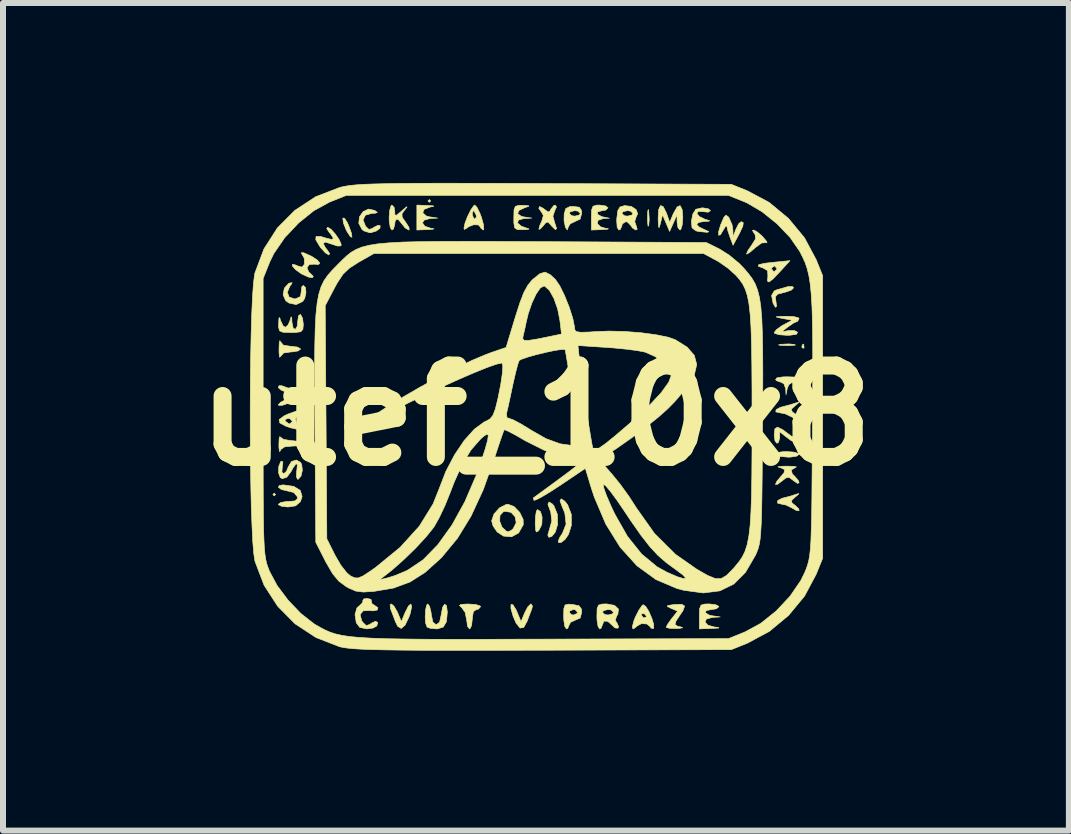
<source format=kicad_pcb>
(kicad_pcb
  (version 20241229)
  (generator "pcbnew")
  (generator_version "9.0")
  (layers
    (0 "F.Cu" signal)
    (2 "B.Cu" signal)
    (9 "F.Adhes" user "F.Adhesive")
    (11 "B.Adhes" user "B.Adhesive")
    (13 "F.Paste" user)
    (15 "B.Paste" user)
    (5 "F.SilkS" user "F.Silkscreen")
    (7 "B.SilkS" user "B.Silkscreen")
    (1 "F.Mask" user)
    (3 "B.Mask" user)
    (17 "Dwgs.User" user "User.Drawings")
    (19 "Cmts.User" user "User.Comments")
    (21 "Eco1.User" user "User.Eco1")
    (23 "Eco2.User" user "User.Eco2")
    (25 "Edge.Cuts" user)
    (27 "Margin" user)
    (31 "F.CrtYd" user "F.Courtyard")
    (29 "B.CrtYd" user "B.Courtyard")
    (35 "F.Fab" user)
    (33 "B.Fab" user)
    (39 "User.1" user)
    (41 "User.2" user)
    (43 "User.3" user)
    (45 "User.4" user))
  (footprint "utef_10x8"
    (layer "F.Cu")
    (at 5.886 3.879)
    (property "Reference" "utef_10x8" (at 0 0 0) (layer "F.SilkS") (effects (font (size 1.524 1.524) (thickness 0.3))))
    (attr through_hole)
    (fp_poly (pts (xy -4.341 1.316) (xy -4.364 1.339) (xy -4.387 1.316) (xy -4.364 1.293) (xy -4.341 1.316)) (stroke (width 0.01) (type solid)) (fill yes) (layer "F.SilkS"))
    (fp_poly (pts (xy -1.755 -3.579) (xy -1.778 -3.556) (xy -1.801 -3.579) (xy -1.778 -3.602) (xy -1.755 -3.579)) (stroke (width 0.01) (type solid)) (fill yes) (layer "F.SilkS"))
    (fp_poly (pts (xy 4.464 -1.185) (xy 4.47 -1.131) (xy 4.464 -1.124) (xy 4.437 -1.13) (xy 4.433 -1.155) (xy 4.45 -1.193) (xy 4.464 -1.185)) (stroke (width 0.01) (type solid)) (fill yes) (layer "F.SilkS"))
    (fp_poly (pts (xy 1.88 -3.405) (xy 1.888 -3.269) (xy 1.88 -3.174) (xy 1.869 -3.156) (xy 1.862 -3.216) (xy 1.86 -3.302) (xy 1.864 -3.407) (xy 1.872 -3.437) (xy 1.88 -3.405)) (stroke (width 0.01) (type solid)) (fill yes) (layer "F.SilkS"))
    (fp_poly (pts (xy 4.307 -1.187) (xy 4.326 -1.176) (xy 4.265 -1.169) (xy 4.179 -1.168) (xy 4.075 -1.171) (xy 4.044 -1.179) (xy 4.076 -1.188) (xy 4.213 -1.195) (xy 4.307 -1.187)) (stroke (width 0.01) (type solid)) (fill yes) (layer "F.SilkS"))
    (fp_poly (pts (xy -3.192 -3.29) (xy -3.146 -3.218) (xy -3.123 -3.168) (xy -3.076 -3.039) (xy -3.068 -2.974) (xy -3.094 -2.982) (xy -3.151 -3.07) (xy -3.163 -3.093) (xy -3.208 -3.205) (xy -3.221 -3.287) (xy -3.219 -3.294) (xy -3.192 -3.29)) (stroke (width 0.01) (type solid)) (fill yes) (layer "F.SilkS"))
    (fp_poly (pts (xy 0.075 1.601) (xy 0.102 1.691) (xy 0.098 1.801) (xy 0.088 1.836) (xy 0.045 1.919) (xy 0.008 1.94) (xy -0.004 1.917) (xy -0.013 1.802) (xy -0.008 1.682) (xy 0.007 1.593) (xy 0.025 1.567) (xy 0.075 1.601)) (stroke (width 0.01) (type solid)) (fill yes) (layer "F.SilkS"))
    (fp_poly (pts (xy 4.302 0.609) (xy 4.377 0.632) (xy 4.387 0.647) (xy 4.346 0.676) (xy 4.244 0.692) (xy 4.205 0.693) (xy 4.082 0.682) (xy 4.003 0.655) (xy 3.995 0.647) (xy 4.017 0.617) (xy 4.117 0.602) (xy 4.177 0.6) (xy 4.302 0.609)) (stroke (width 0.01) (type solid)) (fill yes) (layer "F.SilkS"))
    (fp_poly (pts (xy 0.275 1.475) (xy 0.299 1.504) (xy 0.357 1.646) (xy 0.361 1.815) (xy 0.322 1.943) (xy 0.265 2.013) (xy 0.215 2.03) (xy 0.197 1.992) (xy 0.209 1.951) (xy 0.264 1.757) (xy 0.246 1.604) (xy 0.232 1.571) (xy 0.199 1.477) (xy 0.218 1.44) (xy 0.275 1.475)) (stroke (width 0.01) (type solid)) (fill yes) (layer "F.SilkS"))
    (fp_poly (pts (xy 0.479 1.426) (xy 0.528 1.488) (xy 0.589 1.646) (xy 0.589 1.834) (xy 0.542 1.982) (xy 0.484 2.065) (xy 0.421 2.115) (xy 0.378 2.118) (xy 0.371 2.094) (xy 0.397 2.03) (xy 0.44 1.965) (xy 0.502 1.81) (xy 0.481 1.625) (xy 0.438 1.522) (xy 0.401 1.421) (xy 0.42 1.388) (xy 0.479 1.426)) (stroke (width 0.01) (type solid)) (fill yes) (layer "F.SilkS"))
    (fp_poly (pts (xy 4.295 -2.13) (xy 4.255 -2.091) (xy 4.155 -2.057) (xy 4.134 -2.052) (xy 4.027 -2.024) (xy 3.991 -1.98) (xy 4 -1.911) (xy 4.012 -1.822) (xy 3.992 -1.806) (xy 3.955 -1.871) (xy 3.953 -1.874) (xy 3.928 -2.003) (xy 3.973 -2.079) (xy 4.018 -2.098) (xy 4.145 -2.134) (xy 4.203 -2.151) (xy 4.276 -2.153) (xy 4.295 -2.13)) (stroke (width 0.01) (type solid)) (fill yes) (layer "F.SilkS"))
    (fp_poly (pts (xy -4.264 0.358) (xy -4.207 0.397) (xy -4.098 0.415) (xy -4.086 0.416) (xy -3.972 0.428) (xy -3.905 0.459) (xy -3.902 0.462) (xy -3.923 0.492) (xy -4.02 0.507) (xy -4.058 0.508) (xy -4.19 0.521) (xy -4.253 0.564) (xy -4.263 0.589) (xy -4.276 0.6) (xy -4.285 0.534) (xy -4.286 0.485) (xy -4.282 0.384) (xy -4.27 0.349) (xy -4.264 0.358)) (stroke (width 0.01) (type solid)) (fill yes) (layer "F.SilkS"))
    (fp_poly (pts (xy -4.263 -1.235) (xy -4.211 -1.174) (xy -4.09 -1.155) (xy -4.084 -1.155) (xy -3.978 -1.143) (xy -3.927 -1.114) (xy -3.925 -1.108) (xy -3.966 -1.078) (xy -4.065 -1.062) (xy -4.084 -1.062) (xy -4.208 -1.044) (xy -4.262 -0.984) (xy -4.263 -0.981) (xy -4.275 -0.973) (xy -4.283 -1.041) (xy -4.284 -1.108) (xy -4.28 -1.213) (xy -4.27 -1.25) (xy -4.263 -1.235)) (stroke (width 0.01) (type solid)) (fill yes) (layer "F.SilkS"))
    (fp_poly (pts (xy -2.366 3.179) (xy -2.312 3.273) (xy -2.305 3.288) (xy -2.244 3.435) (xy -2.184 3.288) (xy -2.125 3.173) (xy -2.085 3.142) (xy -2.073 3.188) (xy -2.097 3.302) (xy -2.113 3.348) (xy -2.183 3.494) (xy -2.247 3.549) (xy -2.307 3.511) (xy -2.346 3.429) (xy -2.392 3.306) (xy -2.425 3.221) (xy -2.432 3.155) (xy -2.412 3.14) (xy -2.366 3.179)) (stroke (width 0.01) (type solid)) (fill yes) (layer "F.SilkS"))
    (fp_poly (pts (xy -0.059 3.175) (xy -0.069 3.221) (xy -0.109 3.326) (xy -0.148 3.429) (xy -0.204 3.532) (xy -0.265 3.542) (xy -0.331 3.461) (xy -0.38 3.348) (xy -0.418 3.215) (xy -0.416 3.148) (xy -0.383 3.155) (xy -0.329 3.244) (xy -0.31 3.288) (xy -0.249 3.435) (xy -0.188 3.288) (xy -0.136 3.189) (xy -0.087 3.141) (xy -0.082 3.14) (xy -0.059 3.175)) (stroke (width 0.01) (type solid)) (fill yes) (layer "F.SilkS"))
    (fp_poly (pts (xy 4.372 -0.208) (xy 4.321 -0.165) (xy 4.259 -0.108) (xy 4.269 -0.067) (xy 4.321 -0.027) (xy 4.379 0.032) (xy 4.384 0.065) (xy 4.332 0.061) (xy 4.268 0.024) (xy 4.152 -0.031) (xy 4.073 -0.045) (xy 3.999 -0.062) (xy 4.003 -0.099) (xy 4.075 -0.138) (xy 4.121 -0.15) (xy 4.25 -0.184) (xy 4.318 -0.206) (xy 4.382 -0.226) (xy 4.372 -0.208)) (stroke (width 0.01) (type solid)) (fill yes) (layer "F.SilkS"))
    (fp_poly (pts (xy 4.372 1.316) (xy 4.321 1.359) (xy 4.259 1.416) (xy 4.269 1.457) (xy 4.321 1.497) (xy 4.381 1.555) (xy 4.387 1.586) (xy 4.337 1.58) (xy 4.274 1.543) (xy 4.169 1.491) (xy 4.101 1.478) (xy 4.028 1.459) (xy 4.03 1.418) (xy 4.103 1.378) (xy 4.122 1.374) (xy 4.251 1.34) (xy 4.318 1.318) (xy 4.382 1.298) (xy 4.372 1.316)) (stroke (width 0.01) (type solid)) (fill yes) (layer "F.SilkS"))
    (fp_poly (pts (xy -1.813 -3.503) (xy -1.714 -3.497) (xy -1.704 -3.489) (xy -1.766 -3.477) (xy -1.867 -3.437) (xy -1.887 -3.379) (xy -1.826 -3.327) (xy -1.766 -3.312) (xy -1.639 -3.293) (xy -1.766 -3.286) (xy -1.864 -3.259) (xy -1.893 -3.213) (xy -1.853 -3.158) (xy -1.766 -3.127) (xy -1.701 -3.115) (xy -1.72 -3.107) (xy -1.813 -3.101) (xy -1.986 -3.094) (xy -1.986 -3.51) (xy -1.813 -3.503)) (stroke (width 0.01) (type solid)) (fill yes) (layer "F.SilkS"))
    (fp_poly (pts (xy -4.235 -0.497) (xy -4.132 -0.459) (xy -4.041 -0.42) (xy -3.93 -0.368) (xy -3.894 -0.335) (xy -3.922 -0.304) (xy -3.957 -0.285) (xy -4.106 -0.214) (xy -4.223 -0.173) (xy -4.288 -0.17) (xy -4.295 -0.181) (xy -4.256 -0.223) (xy -4.161 -0.272) (xy -4.145 -0.278) (xy -3.995 -0.335) (xy -4.145 -0.382) (xy -4.246 -0.424) (xy -4.294 -0.464) (xy -4.295 -0.468) (xy -4.283 -0.499) (xy -4.235 -0.497)) (stroke (width 0.01) (type solid)) (fill yes) (layer "F.SilkS"))
    (fp_poly (pts (xy -1 3.151) (xy -0.931 3.174) (xy -0.924 3.187) (xy -0.961 3.228) (xy -0.993 3.233) (xy -1.044 3.268) (xy -1.062 3.38) (xy -1.062 3.394) (xy -1.074 3.501) (xy -1.102 3.555) (xy -1.108 3.556) (xy -1.14 3.516) (xy -1.154 3.418) (xy -1.155 3.411) (xy -1.181 3.281) (xy -1.235 3.205) (xy -1.275 3.167) (xy -1.252 3.148) (xy -1.153 3.142) (xy -1.12 3.142) (xy -1 3.151)) (stroke (width 0.01) (type solid)) (fill yes) (layer "F.SilkS"))
    (fp_poly (pts (xy 3.689 -3.062) (xy 3.766 -2.997) (xy 3.79 -2.971) (xy 3.847 -2.902) (xy 3.851 -2.879) (xy 3.841 -2.884) (xy 3.763 -2.878) (xy 3.653 -2.798) (xy 3.645 -2.79) (xy 3.562 -2.719) (xy 3.514 -2.692) (xy 3.51 -2.697) (xy 3.536 -2.755) (xy 3.599 -2.846) (xy 3.602 -2.851) (xy 3.662 -2.948) (xy 3.654 -3.016) (xy 3.643 -3.031) (xy 3.609 -3.087) (xy 3.631 -3.094) (xy 3.689 -3.062)) (stroke (width 0.01) (type solid)) (fill yes) (layer "F.SilkS"))
    (fp_poly (pts (xy 4.305 -0.643) (xy 4.366 -0.621) (xy 4.382 -0.563) (xy 4.381 -0.496) (xy 4.374 -0.412) (xy 4.362 -0.416) (xy 4.355 -0.45) (xy 4.315 -0.531) (xy 4.272 -0.554) (xy 4.215 -0.515) (xy 4.189 -0.45) (xy 4.169 -0.346) (xy 4.163 -0.45) (xy 4.133 -0.531) (xy 4.09 -0.554) (xy 4.011 -0.582) (xy 3.995 -0.6) (xy 4.017 -0.63) (xy 4.117 -0.645) (xy 4.177 -0.647) (xy 4.305 -0.643)) (stroke (width 0.01) (type solid)) (fill yes) (layer "F.SilkS"))
    (fp_poly (pts (xy -4.038 1.18) (xy -3.93 1.247) (xy -3.899 1.348) (xy -3.927 1.435) (xy -4.009 1.505) (xy -4.135 1.524) (xy -4.241 1.512) (xy -4.294 1.484) (xy -4.295 1.478) (xy -4.254 1.448) (xy -4.154 1.432) (xy -4.13 1.432) (xy -4.019 1.423) (xy -3.979 1.388) (xy -3.98 1.351) (xy -4.038 1.282) (xy -4.145 1.256) (xy -4.245 1.232) (xy -4.294 1.196) (xy -4.279 1.165) (xy -4.214 1.155) (xy -4.038 1.18)) (stroke (width 0.01) (type solid)) (fill yes) (layer "F.SilkS"))
    (fp_poly (pts (xy -4.088 -2.175) (xy -4.104 -2.156) (xy -4.146 -2.056) (xy -4.116 -1.977) (xy -4.028 -1.946) (xy -4.006 -1.948) (xy -3.926 -1.985) (xy -3.913 -2.067) (xy -3.905 -2.147) (xy -3.879 -2.171) (xy -3.842 -2.134) (xy -3.835 -2.048) (xy -3.856 -1.954) (xy -3.889 -1.903) (xy -3.998 -1.851) (xy -4.119 -1.877) (xy -4.174 -1.918) (xy -4.216 -2.015) (xy -4.195 -2.125) (xy -4.124 -2.203) (xy -4.106 -2.21) (xy -4.065 -2.216) (xy -4.088 -2.175)) (stroke (width 0.01) (type solid)) (fill yes) (layer "F.SilkS"))
    (fp_poly (pts (xy -2.689 -3.421) (xy -2.644 -3.387) (xy -2.678 -3.374) (xy -2.731 -3.373) (xy -2.844 -3.342) (xy -2.883 -3.263) (xy -2.842 -3.158) (xy -2.784 -3.102) (xy -2.723 -3.123) (xy -2.706 -3.137) (xy -2.632 -3.174) (xy -2.598 -3.168) (xy -2.601 -3.123) (xy -2.663 -3.077) (xy -2.752 -3.05) (xy -2.773 -3.049) (xy -2.868 -3.079) (xy -2.9 -3.103) (xy -2.954 -3.206) (xy -2.943 -3.313) (xy -2.883 -3.4) (xy -2.792 -3.443) (xy -2.689 -3.421)) (stroke (width 0.01) (type solid)) (fill yes) (layer "F.SilkS"))
    (fp_poly (pts (xy 4.115 0.236) (xy 4.169 0.277) (xy 4.268 0.349) (xy 4.32 0.359) (xy 4.346 0.306) (xy 4.355 0.266) (xy 4.369 0.218) (xy 4.378 0.258) (xy 4.381 0.312) (xy 4.375 0.421) (xy 4.336 0.455) (xy 4.252 0.415) (xy 4.186 0.366) (xy 4.064 0.27) (xy 4.064 0.366) (xy 4.045 0.443) (xy 4.018 0.462) (xy 3.985 0.422) (xy 3.972 0.325) (xy 3.972 0.323) (xy 3.983 0.22) (xy 4.027 0.192) (xy 4.115 0.236)) (stroke (width 0.01) (type solid)) (fill yes) (layer "F.SilkS"))
    (fp_poly (pts (xy 2.478 3.175) (xy 2.451 3.252) (xy 2.406 3.318) (xy 2.334 3.426) (xy 2.318 3.483) (xy 2.359 3.511) (xy 2.413 3.523) (xy 2.447 3.537) (xy 2.393 3.547) (xy 2.344 3.55) (xy 2.232 3.547) (xy 2.173 3.533) (xy 2.171 3.529) (xy 2.196 3.477) (xy 2.259 3.389) (xy 2.266 3.381) (xy 2.361 3.26) (xy 2.254 3.214) (xy 2.189 3.182) (xy 2.199 3.166) (xy 2.292 3.152) (xy 2.302 3.151) (xy 2.431 3.146) (xy 2.478 3.175)) (stroke (width 0.01) (type solid)) (fill yes) (layer "F.SilkS"))
    (fp_poly (pts (xy -1.773 3.181) (xy -1.749 3.282) (xy -1.746 3.314) (xy -1.719 3.443) (xy -1.664 3.487) (xy -1.663 3.487) (xy -1.607 3.445) (xy -1.579 3.317) (xy -1.579 3.314) (xy -1.556 3.194) (xy -1.522 3.144) (xy -1.491 3.17) (xy -1.478 3.275) (xy -1.493 3.437) (xy -1.546 3.526) (xy -1.645 3.556) (xy -1.66 3.556) (xy -1.764 3.546) (xy -1.816 3.525) (xy -1.839 3.462) (xy -1.847 3.355) (xy -1.841 3.243) (xy -1.823 3.161) (xy -1.804 3.14) (xy -1.773 3.181)) (stroke (width 0.01) (type solid)) (fill yes) (layer "F.SilkS"))
    (fp_poly (pts (xy -0.219 -3.505) (xy -0.126 -3.5) (xy -0.118 -3.489) (xy -0.181 -3.469) (xy -0.284 -3.421) (xy -0.305 -3.366) (xy -0.244 -3.322) (xy -0.199 -3.312) (xy -0.069 -3.293) (xy -0.2 -3.286) (xy -0.293 -3.26) (xy -0.307 -3.211) (xy -0.244 -3.158) (xy -0.181 -3.135) (xy -0.116 -3.113) (xy -0.131 -3.103) (xy -0.219 -3.099) (xy -0.312 -3.101) (xy -0.355 -3.131) (xy -0.369 -3.214) (xy -0.369 -3.302) (xy -0.366 -3.43) (xy -0.343 -3.489) (xy -0.283 -3.506) (xy -0.219 -3.505)) (stroke (width 0.01) (type solid)) (fill yes) (layer "F.SilkS"))
    (fp_poly (pts (xy 1.159 -3.496) (xy 1.201 -3.464) (xy 1.201 -3.464) (xy 1.162 -3.426) (xy 1.108 -3.417) (xy 1.029 -3.398) (xy 1.027 -3.356) (xy 1.097 -3.317) (xy 1.12 -3.312) (xy 1.224 -3.291) (xy 1.12 -3.285) (xy 1.035 -3.256) (xy 1.022 -3.201) (xy 1.076 -3.148) (xy 1.143 -3.127) (xy 1.208 -3.115) (xy 1.19 -3.107) (xy 1.097 -3.101) (xy 0.924 -3.094) (xy 0.924 -3.302) (xy 0.928 -3.43) (xy 0.951 -3.49) (xy 1.01 -3.509) (xy 1.062 -3.51) (xy 1.159 -3.496)) (stroke (width 0.01) (type solid)) (fill yes) (layer "F.SilkS"))
    (fp_poly (pts (xy 4.294 0.846) (xy 4.342 0.855) (xy 4.33 0.863) (xy 4.257 0.906) (xy 4.273 0.972) (xy 4.318 1.016) (xy 4.376 1.086) (xy 4.387 1.121) (xy 4.359 1.13) (xy 4.295 1.085) (xy 4.221 1.03) (xy 4.166 1.039) (xy 4.118 1.078) (xy 4.03 1.144) (xy 3.992 1.148) (xy 4.016 1.095) (xy 4.056 1.048) (xy 4.136 0.953) (xy 4.145 0.9) (xy 4.084 0.871) (xy 4.052 0.864) (xy 4.034 0.853) (xy 4.094 0.845) (xy 4.179 0.843) (xy 4.294 0.846)) (stroke (width 0.01) (type solid)) (fill yes) (layer "F.SilkS"))
    (fp_poly (pts (xy 2.993 3.152) (xy 3.047 3.18) (xy 3.048 3.187) (xy 3.008 3.221) (xy 2.933 3.233) (xy 2.838 3.25) (xy 2.824 3.288) (xy 2.889 3.326) (xy 2.944 3.338) (xy 3.071 3.357) (xy 2.944 3.364) (xy 2.842 3.391) (xy 2.818 3.442) (xy 2.866 3.494) (xy 2.967 3.523) (xy 3.048 3.534) (xy 3.046 3.542) (xy 2.959 3.547) (xy 2.921 3.549) (xy 2.725 3.556) (xy 2.725 3.348) (xy 2.728 3.22) (xy 2.752 3.16) (xy 2.814 3.142) (xy 2.886 3.14) (xy 2.993 3.152)) (stroke (width 0.01) (type solid)) (fill yes) (layer "F.SilkS"))
    (fp_poly (pts (xy 3.203 -3.318) (xy 3.218 -3.298) (xy 3.268 -3.186) (xy 3.283 -3.097) (xy 3.286 -2.979) (xy 3.333 -3.106) (xy 3.379 -3.197) (xy 3.421 -3.233) (xy 3.456 -3.217) (xy 3.449 -3.159) (xy 3.395 -3.043) (xy 3.373 -3.002) (xy 3.286 -2.84) (xy 3.237 -2.97) (xy 3.199 -3.082) (xy 3.183 -3.155) (xy 3.165 -3.162) (xy 3.13 -3.106) (xy 3.076 -3.016) (xy 3.046 -3.006) (xy 3.045 -3.065) (xy 3.08 -3.183) (xy 3.084 -3.191) (xy 3.132 -3.304) (xy 3.166 -3.342) (xy 3.203 -3.318)) (stroke (width 0.01) (type solid)) (fill yes) (layer "F.SilkS"))
    (fp_poly (pts (xy 4.068 -2.4) (xy 3.952 -2.279) (xy 3.885 -2.227) (xy 3.859 -2.242) (xy 3.866 -2.32) (xy 3.867 -2.326) (xy 3.861 -2.417) (xy 3.809 -2.448) (xy 3.925 -2.448) (xy 3.961 -2.403) (xy 3.972 -2.401) (xy 4.016 -2.437) (xy 4.018 -2.448) (xy 3.983 -2.492) (xy 3.972 -2.494) (xy 3.927 -2.459) (xy 3.925 -2.448) (xy 3.809 -2.448) (xy 3.785 -2.461) (xy 3.782 -2.462) (xy 3.705 -2.491) (xy 3.714 -2.516) (xy 3.81 -2.539) (xy 3.977 -2.558) (xy 4.235 -2.583) (xy 4.068 -2.4)) (stroke (width 0.01) (type solid)) (fill yes) (layer "F.SilkS"))
    (fp_poly (pts (xy -3.899 -0.068) (xy -3.947 -0.02) (xy -4.009 0.044) (xy -3.996 0.115) (xy -3.982 0.14) (xy -3.953 0.207) (xy -3.986 0.228) (xy -4.089 0.204) (xy -4.168 0.177) (xy -4.27 0.123) (xy -4.281 0.069) (xy -4.184 0.069) (xy -4.179 0.092) (xy -4.12 0.137) (xy -4.107 0.139) (xy -4.065 0.103) (xy -4.064 0.092) (xy -4.102 0.052) (xy -4.136 0.046) (xy -4.184 0.069) (xy -4.281 0.069) (xy -4.282 0.067) (xy -4.202 0.006) (xy -4.135 -0.025) (xy -3.998 -0.075) (xy -3.916 -0.089) (xy -3.899 -0.068)) (stroke (width 0.01) (type solid)) (fill yes) (layer "F.SilkS"))
    (fp_poly (pts (xy -3.758 -2.664) (xy -3.738 -2.654) (xy -3.642 -2.591) (xy -3.604 -2.54) (xy -3.632 -2.517) (xy -3.689 -2.525) (xy -3.78 -2.519) (xy -3.818 -2.464) (xy -3.787 -2.391) (xy -3.768 -2.376) (xy -3.713 -2.321) (xy -3.727 -2.299) (xy -3.794 -2.31) (xy -3.894 -2.355) (xy -3.914 -2.366) (xy -4.007 -2.433) (xy -4.058 -2.49) (xy -4.061 -2.522) (xy -4.007 -2.511) (xy -3.976 -2.496) (xy -3.9 -2.475) (xy -3.86 -2.524) (xy -3.862 -2.62) (xy -3.884 -2.661) (xy -3.915 -2.714) (xy -3.873 -2.715) (xy -3.758 -2.664)) (stroke (width 0.01) (type solid)) (fill yes) (layer "F.SilkS"))
    (fp_poly (pts (xy -3.418 -3.107) (xy -3.347 -3.029) (xy -3.283 -2.936) (xy -3.248 -2.858) (xy -3.251 -2.83) (xy -3.308 -2.827) (xy -3.4 -2.857) (xy -3.509 -2.893) (xy -3.548 -2.872) (xy -3.512 -2.801) (xy -3.487 -2.771) (xy -3.442 -2.705) (xy -3.453 -2.679) (xy -3.511 -2.713) (xy -3.588 -2.798) (xy -3.604 -2.82) (xy -3.671 -2.932) (xy -3.667 -2.987) (xy -3.59 -2.987) (xy -3.512 -2.963) (xy -3.405 -2.936) (xy -3.377 -2.956) (xy -3.424 -3.029) (xy -3.448 -3.056) (xy -3.488 -3.118) (xy -3.474 -3.14) (xy -3.418 -3.107)) (stroke (width 0.01) (type solid)) (fill yes) (layer "F.SilkS"))
    (fp_poly (pts (xy 0.342 -3.479) (xy 0.315 -3.421) (xy 0.282 -3.325) (xy 0.313 -3.213) (xy 0.344 -3.119) (xy 0.324 -3.099) (xy 0.261 -3.161) (xy 0.25 -3.175) (xy 0.201 -3.228) (xy 0.158 -3.211) (xy 0.12 -3.163) (xy 0.067 -3.108) (xy 0.048 -3.109) (xy 0.066 -3.176) (xy 0.097 -3.241) (xy 0.123 -3.336) (xy 0.097 -3.385) (xy 0.047 -3.456) (xy 0.061 -3.486) (xy 0.124 -3.454) (xy 0.133 -3.446) (xy 0.2 -3.395) (xy 0.234 -3.41) (xy 0.247 -3.439) (xy 0.296 -3.501) (xy 0.322 -3.51) (xy 0.342 -3.479)) (stroke (width 0.01) (type solid)) (fill yes) (layer "F.SilkS"))
    (fp_poly (pts (xy 0.722 -3.474) (xy 0.759 -3.421) (xy 0.762 -3.371) (xy 0.736 -3.276) (xy 0.661 -3.241) (xy 0.572 -3.198) (xy 0.541 -3.149) (xy 0.522 -3.095) (xy 0.497 -3.128) (xy 0.489 -3.148) (xy 0.468 -3.251) (xy 0.47 -3.356) (xy 0.474 -3.371) (xy 0.554 -3.371) (xy 0.593 -3.334) (xy 0.647 -3.325) (xy 0.722 -3.344) (xy 0.739 -3.371) (xy 0.7 -3.409) (xy 0.647 -3.417) (xy 0.572 -3.398) (xy 0.554 -3.371) (xy 0.474 -3.371) (xy 0.495 -3.45) (xy 0.563 -3.484) (xy 0.623 -3.487) (xy 0.722 -3.474)) (stroke (width 0.01) (type solid)) (fill yes) (layer "F.SilkS"))
    (fp_poly (pts (xy 2.122 -3.483) (xy 2.176 -3.375) (xy 2.179 -3.366) (xy 2.23 -3.222) (xy 2.29 -3.366) (xy 2.353 -3.478) (xy 2.403 -3.501) (xy 2.437 -3.436) (xy 2.448 -3.302) (xy 2.438 -3.178) (xy 2.415 -3.104) (xy 2.401 -3.094) (xy 2.367 -3.134) (xy 2.353 -3.221) (xy 2.351 -3.348) (xy 2.29 -3.21) (xy 2.228 -3.071) (xy 2.169 -3.21) (xy 2.11 -3.348) (xy 2.076 -3.21) (xy 2.056 -3.138) (xy 2.045 -3.141) (xy 2.039 -3.225) (xy 2.037 -3.29) (xy 2.046 -3.437) (xy 2.077 -3.502) (xy 2.122 -3.483)) (stroke (width 0.01) (type solid)) (fill yes) (layer "F.SilkS"))
    (fp_poly (pts (xy 4.296 -1.651) (xy 4.375 -1.631) (xy 4.387 -1.616) (xy 4.361 -1.571) (xy 4.353 -1.569) (xy 4.295 -1.543) (xy 4.205 -1.482) (xy 4.093 -1.395) (xy 4.211 -1.418) (xy 4.311 -1.417) (xy 4.361 -1.39) (xy 4.344 -1.356) (xy 4.236 -1.34) (xy 4.182 -1.339) (xy 4.057 -1.348) (xy 3.982 -1.37) (xy 3.972 -1.384) (xy 4.009 -1.433) (xy 4.099 -1.497) (xy 4.122 -1.51) (xy 4.272 -1.59) (xy 4.11 -1.62) (xy 4.02 -1.638) (xy 4.006 -1.648) (xy 4.075 -1.654) (xy 4.168 -1.656) (xy 4.296 -1.651)) (stroke (width 0.01) (type solid)) (fill yes) (layer "F.SilkS"))
    (fp_poly (pts (xy -3.925 -1.686) (xy -3.892 -1.623) (xy -3.879 -1.521) (xy -3.886 -1.438) (xy -3.921 -1.398) (xy -4.011 -1.386) (xy -4.087 -1.385) (xy -4.215 -1.389) (xy -4.274 -1.412) (xy -4.291 -1.472) (xy -4.29 -1.536) (xy -4.285 -1.627) (xy -4.273 -1.633) (xy -4.256 -1.579) (xy -4.216 -1.497) (xy -4.179 -1.472) (xy -4.133 -1.511) (xy -4.103 -1.579) (xy -4.082 -1.647) (xy -4.072 -1.631) (xy -4.069 -1.559) (xy -4.048 -1.457) (xy -4.011 -1.437) (xy -3.979 -1.494) (xy -3.972 -1.573) (xy -3.959 -1.665) (xy -3.927 -1.687) (xy -3.925 -1.686)) (stroke (width 0.01) (type solid)) (fill yes) (layer "F.SilkS"))
    (fp_poly (pts (xy 0.612 3.149) (xy 0.717 3.171) (xy 0.758 3.225) (xy 0.762 3.279) (xy 0.737 3.374) (xy 0.658 3.409) (xy 0.577 3.446) (xy 0.554 3.49) (xy 0.528 3.549) (xy 0.508 3.556) (xy 0.481 3.515) (xy 0.464 3.41) (xy 0.462 3.345) (xy 0.463 3.279) (xy 0.554 3.279) (xy 0.592 3.32) (xy 0.623 3.325) (xy 0.685 3.3) (xy 0.693 3.279) (xy 0.655 3.238) (xy 0.623 3.233) (xy 0.562 3.258) (xy 0.554 3.279) (xy 0.463 3.279) (xy 0.465 3.217) (xy 0.486 3.157) (xy 0.543 3.144) (xy 0.612 3.149)) (stroke (width 0.01) (type solid)) (fill yes) (layer "F.SilkS"))
    (fp_poly (pts (xy 2.871 -3.449) (xy 2.909 -3.417) (xy 2.871 -3.391) (xy 2.788 -3.4) (xy 2.703 -3.404) (xy 2.684 -3.369) (xy 2.723 -3.319) (xy 2.816 -3.274) (xy 2.821 -3.273) (xy 2.895 -3.25) (xy 2.884 -3.241) (xy 2.806 -3.237) (xy 2.713 -3.221) (xy 2.679 -3.19) (xy 2.717 -3.146) (xy 2.806 -3.102) (xy 2.879 -3.07) (xy 2.866 -3.057) (xy 2.84 -3.057) (xy 2.718 -3.069) (xy 2.667 -3.08) (xy 2.602 -3.13) (xy 2.591 -3.238) (xy 2.615 -3.36) (xy 2.665 -3.44) (xy 2.771 -3.464) (xy 2.776 -3.464) (xy 2.871 -3.449)) (stroke (width 0.01) (type solid)) (fill yes) (layer "F.SilkS"))
    (fp_poly (pts (xy -3.924 0.781) (xy -3.906 0.815) (xy -3.895 0.912) (xy -3.917 1.007) (xy -3.962 1.06) (xy -3.974 1.062) (xy -3.994 1.023) (xy -3.99 0.927) (xy -3.987 0.912) (xy -3.978 0.816) (xy -4.001 0.804) (xy -4.053 0.875) (xy -4.082 0.931) (xy -4.155 1.028) (xy -4.231 1.052) (xy -4.263 1.032) (xy -4.292 0.956) (xy -4.289 0.851) (xy -4.258 0.771) (xy -4.247 0.761) (xy -4.219 0.772) (xy -4.229 0.85) (xy -4.236 0.943) (xy -4.208 0.97) (xy -4.161 0.931) (xy -4.129 0.854) (xy -4.076 0.766) (xy -3.996 0.74) (xy -3.924 0.781)) (stroke (width 0.01) (type solid)) (fill yes) (layer "F.SilkS"))
    (fp_poly (pts (xy -2.75 3.064) (xy -2.745 3.089) (xy -2.733 3.138) (xy -2.701 3.157) (xy -2.635 3.203) (xy -2.646 3.242) (xy -2.722 3.256) (xy -2.764 3.25) (xy -2.881 3.255) (xy -2.932 3.318) (xy -2.906 3.419) (xy -2.888 3.446) (xy -2.83 3.502) (xy -2.769 3.481) (xy -2.752 3.467) (xy -2.677 3.429) (xy -2.638 3.449) (xy -2.654 3.507) (xy -2.717 3.542) (xy -2.821 3.556) (xy -2.938 3.531) (xy -2.996 3.454) (xy -3.017 3.318) (xy -2.985 3.206) (xy -2.926 3.155) (xy -2.885 3.111) (xy -2.889 3.089) (xy -2.872 3.057) (xy -2.817 3.048) (xy -2.75 3.064)) (stroke (width 0.01) (type solid)) (fill yes) (layer "F.SilkS"))
    (fp_poly (pts (xy -0.363 1.518) (xy -0.271 1.614) (xy -0.214 1.731) (xy -0.212 1.82) (xy -0.289 1.956) (xy -0.407 2.021) (xy -0.542 2.009) (xy -0.647 1.94) (xy -0.716 1.839) (xy -0.738 1.76) (xy -0.605 1.76) (xy -0.567 1.859) (xy -0.494 1.926) (xy -0.46 1.936) (xy -0.409 1.911) (xy -0.379 1.884) (xy -0.33 1.786) (xy -0.348 1.686) (xy -0.416 1.613) (xy -0.516 1.596) (xy -0.543 1.603) (xy -0.6 1.664) (xy -0.605 1.76) (xy -0.738 1.76) (xy -0.739 1.755) (xy -0.7 1.641) (xy -0.608 1.538) (xy -0.495 1.481) (xy -0.465 1.478) (xy -0.363 1.518)) (stroke (width 0.01) (type solid)) (fill yes) (layer "F.SilkS"))
    (fp_poly (pts (xy -2.365 -3.471) (xy -2.355 -3.409) (xy -2.352 -3.346) (xy -2.327 -3.34) (xy -2.261 -3.392) (xy -2.229 -3.421) (xy -2.158 -3.481) (xy -2.15 -3.478) (xy -2.183 -3.436) (xy -2.234 -3.365) (xy -2.231 -3.307) (xy -2.171 -3.221) (xy -2.168 -3.217) (xy -2.117 -3.136) (xy -2.115 -3.095) (xy -2.121 -3.094) (xy -2.181 -3.129) (xy -2.227 -3.187) (xy -2.286 -3.259) (xy -2.32 -3.279) (xy -2.349 -3.24) (xy -2.355 -3.187) (xy -2.375 -3.112) (xy -2.401 -3.094) (xy -2.429 -3.135) (xy -2.446 -3.24) (xy -2.448 -3.302) (xy -2.438 -3.426) (xy -2.415 -3.5) (xy -2.401 -3.51) (xy -2.365 -3.471)) (stroke (width 0.01) (type solid)) (fill yes) (layer "F.SilkS"))
    (fp_poly (pts (xy -0.982 -3.47) (xy -0.933 -3.369) (xy -0.908 -3.302) (xy -0.875 -3.182) (xy -0.87 -3.107) (xy -0.88 -3.094) (xy -0.922 -3.129) (xy -0.924 -3.14) (xy -0.959 -3.179) (xy -1.039 -3.182) (xy -1.123 -3.149) (xy -1.145 -3.131) (xy -1.193 -3.103) (xy -1.201 -3.125) (xy -1.183 -3.21) (xy -1.139 -3.323) (xy -1.126 -3.348) (xy -1.062 -3.348) (xy -1.038 -3.287) (xy -1.017 -3.279) (xy -0.992 -3.313) (xy -0.999 -3.348) (xy -1.032 -3.409) (xy -1.044 -3.417) (xy -1.06 -3.38) (xy -1.062 -3.348) (xy -1.126 -3.348) (xy -1.085 -3.431) (xy -1.037 -3.5) (xy -1.02 -3.51) (xy -0.982 -3.47)) (stroke (width 0.01) (type solid)) (fill yes) (layer "F.SilkS"))
    (fp_poly (pts (xy 1.83 3.181) (xy 1.882 3.266) (xy 1.931 3.377) (xy 1.962 3.481) (xy 1.962 3.546) (xy 1.958 3.55) (xy 1.918 3.543) (xy 1.906 3.521) (xy 1.849 3.474) (xy 1.759 3.468) (xy 1.688 3.506) (xy 1.686 3.51) (xy 1.628 3.554) (xy 1.616 3.556) (xy 1.607 3.519) (xy 1.632 3.424) (xy 1.656 3.362) (xy 1.676 3.322) (xy 1.755 3.322) (xy 1.788 3.369) (xy 1.801 3.371) (xy 1.846 3.356) (xy 1.847 3.351) (xy 1.815 3.311) (xy 1.801 3.302) (xy 1.759 3.306) (xy 1.755 3.322) (xy 1.676 3.322) (xy 1.716 3.243) (xy 1.77 3.165) (xy 1.787 3.153) (xy 1.83 3.181)) (stroke (width 0.01) (type solid)) (fill yes) (layer "F.SilkS"))
    (fp_poly (pts (xy 1.31 3.164) (xy 1.376 3.226) (xy 1.365 3.313) (xy 1.346 3.341) (xy 1.321 3.413) (xy 1.349 3.455) (xy 1.378 3.519) (xy 1.367 3.544) (xy 1.317 3.54) (xy 1.273 3.498) (xy 1.197 3.43) (xy 1.134 3.426) (xy 1.108 3.487) (xy 1.083 3.548) (xy 1.062 3.556) (xy 1.035 3.515) (xy 1.018 3.41) (xy 1.016 3.348) (xy 1.018 3.279) (xy 1.108 3.279) (xy 1.147 3.316) (xy 1.201 3.325) (xy 1.276 3.306) (xy 1.293 3.279) (xy 1.254 3.241) (xy 1.201 3.233) (xy 1.126 3.252) (xy 1.108 3.279) (xy 1.018 3.279) (xy 1.019 3.22) (xy 1.043 3.16) (xy 1.106 3.142) (xy 1.179 3.14) (xy 1.31 3.164)) (stroke (width 0.01) (type solid)) (fill yes) (layer "F.SilkS"))
    (fp_poly (pts (xy 1.591 -3.487) (xy 1.67 -3.434) (xy 1.696 -3.364) (xy 1.672 -3.316) (xy 1.646 -3.235) (xy 1.666 -3.179) (xy 1.688 -3.108) (xy 1.663 -3.094) (xy 1.605 -3.131) (xy 1.587 -3.163) (xy 1.529 -3.225) (xy 1.496 -3.233) (xy 1.439 -3.196) (xy 1.432 -3.163) (xy 1.405 -3.102) (xy 1.383 -3.094) (xy 1.354 -3.136) (xy 1.346 -3.247) (xy 1.348 -3.29) (xy 1.359 -3.371) (xy 1.432 -3.371) (xy 1.47 -3.334) (xy 1.524 -3.325) (xy 1.599 -3.344) (xy 1.616 -3.371) (xy 1.578 -3.409) (xy 1.524 -3.417) (xy 1.449 -3.398) (xy 1.432 -3.371) (xy 1.359 -3.371) (xy 1.364 -3.416) (xy 1.4 -3.477) (xy 1.473 -3.5) (xy 1.482 -3.501) (xy 1.591 -3.487)) (stroke (width 0.01) (type solid)) (fill yes) (layer "F.SilkS"))
    (fp_poly (pts (xy -1.079 -3.873) (xy -0.55 -3.872) (xy 0.063 -3.87) (xy 0.146 -3.869) (xy 3.256 -3.856) (xy 3.526 -3.747) (xy 3.888 -3.554) (xy 4.21 -3.287) (xy 4.477 -2.964) (xy 4.671 -2.601) (xy 4.672 -2.599) (xy 4.78 -2.332) (xy 4.78 2.378) (xy 4.672 2.645) (xy 4.478 3.009) (xy 4.211 3.332) (xy 3.889 3.599) (xy 3.527 3.793) (xy 3.526 3.794) (xy 3.256 3.902) (xy 0.115 3.912) (xy -0.516 3.913) (xy -1.062 3.914) (xy -1.53 3.914) (xy -1.925 3.913) (xy -2.254 3.91) (xy -2.525 3.906) (xy -2.743 3.901) (xy -2.917 3.894) (xy -3.051 3.886) (xy -3.154 3.875) (xy -3.231 3.863) (xy -3.278 3.852) (xy -3.67 3.699) (xy -4.017 3.471) (xy -4.307 3.178) (xy -4.533 2.828) (xy -4.684 2.432) (xy -4.686 2.423) (xy -4.705 2.3) (xy -4.722 2.097) (xy -4.735 1.825) (xy -4.747 1.498) (xy -4.755 1.126) (xy -4.761 0.723) (xy -4.764 0.3) (xy -4.764 -0.131) (xy -4.762 -0.558) (xy -4.757 -0.968) (xy -4.749 -1.35) (xy -4.739 -1.691) (xy -4.726 -1.98) (xy -4.71 -2.204) (xy -4.7 -2.286) (xy -4.549 -2.286) (xy -4.549 0.023) (xy -4.549 0.544) (xy -4.548 0.981) (xy -4.547 1.342) (xy -4.545 1.636) (xy -4.542 1.872) (xy -4.536 2.057) (xy -4.529 2.2) (xy -4.519 2.31) (xy -4.506 2.395) (xy -4.491 2.463) (xy -4.471 2.522) (xy -4.448 2.582) (xy -4.442 2.598) (xy -4.316 2.833) (xy -4.134 3.076) (xy -3.922 3.298) (xy -3.707 3.467) (xy -3.676 3.487) (xy -3.593 3.534) (xy -3.515 3.575) (xy -3.435 3.61) (xy -3.344 3.64) (xy -3.237 3.664) (xy -3.105 3.684) (xy -2.943 3.699) (xy -2.742 3.711) (xy -2.497 3.72) (xy -2.199 3.725) (xy -1.842 3.729) (xy -1.419 3.73) (xy -0.923 3.73) (xy -0.347 3.728) (xy 0.115 3.727) (xy 3.21 3.718) (xy 3.487 3.606) (xy 3.747 3.464) (xy 4.006 3.257) (xy 4.237 3.01) (xy 4.417 2.747) (xy 4.484 2.609) (xy 4.51 2.544) (xy 4.531 2.481) (xy 4.549 2.413) (xy 4.563 2.33) (xy 4.575 2.223) (xy 4.584 2.085) (xy 4.59 1.905) (xy 4.596 1.676) (xy 4.6 1.389) (xy 4.603 1.034) (xy 4.607 0.604) (xy 4.61 0.162) (xy 4.613 -0.383) (xy 4.615 -0.845) (xy 4.614 -1.231) (xy 4.61 -1.551) (xy 4.602 -1.813) (xy 4.589 -2.026) (xy 4.572 -2.198) (xy 4.549 -2.339) (xy 4.52 -2.456) (xy 4.484 -2.559) (xy 4.44 -2.655) (xy 4.396 -2.74) (xy 4.238 -2.969) (xy 4.02 -3.197) (xy 3.772 -3.397) (xy 3.524 -3.543) (xy 3.477 -3.564) (xy 3.21 -3.671) (xy -3.163 -3.671) (xy -3.441 -3.56) (xy -3.701 -3.418) (xy -3.959 -3.211) (xy -4.191 -2.964) (xy -4.371 -2.701) (xy -4.438 -2.563) (xy -4.549 -2.286) (xy -4.7 -2.286) (xy -4.692 -2.351) (xy -4.686 -2.377) (xy -4.536 -2.777) (xy -4.312 -3.128) (xy -4.021 -3.421) (xy -3.673 -3.649) (xy -3.275 -3.802) (xy -3.247 -3.81) (xy -3.181 -3.824) (xy -3.1 -3.837) (xy -2.997 -3.847) (xy -2.866 -3.856) (xy -2.698 -3.862) (xy -2.488 -3.867) (xy -2.228 -3.871) (xy -1.911 -3.873) (xy -1.53 -3.874) (xy -1.079 -3.873)) (stroke (width 0.01) (type solid)) (fill yes) (layer "F.SilkS"))
    (fp_poly (pts (xy -0.702 -2.904) (xy -0.137 -2.901) (xy 0.142 -2.9) (xy 2.84 -2.886) (xy 3.06 -2.777) (xy 3.22 -2.676) (xy 3.385 -2.54) (xy 3.465 -2.458) (xy 3.54 -2.37) (xy 3.603 -2.286) (xy 3.654 -2.198) (xy 3.694 -2.095) (xy 3.726 -1.969) (xy 3.749 -1.811) (xy 3.765 -1.612) (xy 3.775 -1.364) (xy 3.78 -1.057) (xy 3.782 -0.682) (xy 3.78 -0.23) (xy 3.777 0.169) (xy 3.774 0.642) (xy 3.771 1.032) (xy 3.767 1.348) (xy 3.762 1.6) (xy 3.756 1.796) (xy 3.747 1.947) (xy 3.737 2.06) (xy 3.723 2.146) (xy 3.706 2.213) (xy 3.684 2.271) (xy 3.659 2.33) (xy 3.657 2.332) (xy 3.494 2.612) (xy 3.299 2.808) (xy 3.066 2.922) (xy 2.79 2.957) (xy 2.467 2.913) (xy 2.352 2.883) (xy 2.001 2.734) (xy 1.683 2.503) (xy 1.403 2.193) (xy 1.164 1.809) (xy 0.971 1.355) (xy 0.92 1.2) (xy 0.903 1.144) (xy 1.12 1.144) (xy 1.131 1.208) (xy 1.176 1.334) (xy 1.248 1.501) (xy 1.31 1.634) (xy 1.525 2.013) (xy 1.76 2.307) (xy 2.021 2.522) (xy 2.183 2.611) (xy 2.358 2.687) (xy 2.463 2.718) (xy 2.495 2.708) (xy 2.449 2.656) (xy 2.332 2.568) (xy 2.173 2.452) (xy 2.032 2.329) (xy 1.897 2.183) (xy 1.752 1.997) (xy 1.583 1.756) (xy 1.474 1.593) (xy 1.35 1.411) (xy 1.243 1.266) (xy 1.164 1.172) (xy 1.123 1.141) (xy 1.12 1.144) (xy 0.903 1.144) (xy 0.823 0.88) (xy 0.408 1.16) (xy 0.237 1.271) (xy 0.095 1.356) (xy -0.001 1.405) (xy -0.035 1.412) (xy -0.044 1.373) (xy -0.042 1.371) (xy 0.001 1.34) (xy 0.102 1.266) (xy 0.246 1.161) (xy 0.38 1.062) (xy 0.542 0.942) (xy 0.67 0.843) (xy 0.75 0.776) (xy 0.77 0.754) (xy 0.721 0.739) (xy 0.607 0.711) (xy 0.451 0.677) (xy 0.448 0.677) (xy 0.14 0.579) (xy -0.177 0.42) (xy -0.185 0.415) (xy -0.337 0.327) (xy -0.456 0.264) (xy -0.522 0.236) (xy -0.529 0.237) (xy -0.55 0.286) (xy -0.591 0.404) (xy -0.647 0.571) (xy -0.694 0.716) (xy -0.879 1.236) (xy -1.082 1.675) (xy -1.308 2.044) (xy -1.563 2.353) (xy -1.591 2.382) (xy -1.848 2.614) (xy -2.1 2.774) (xy -2.374 2.875) (xy -2.697 2.93) (xy -2.707 2.931) (xy -2.879 2.942) (xy -3.003 2.926) (xy -3.122 2.875) (xy -3.163 2.852) (xy -3.286 2.761) (xy -3.306 2.738) (xy -2.609 2.738) (xy -2.471 2.705) (xy -2.343 2.664) (xy -2.187 2.599) (xy -2.131 2.572) (xy -1.88 2.403) (xy -1.634 2.15) (xy -1.4 1.824) (xy -1.185 1.434) (xy -0.993 0.988) (xy -0.922 0.788) (xy -0.847 0.559) (xy -0.805 0.408) (xy -0.795 0.328) (xy -0.817 0.309) (xy -0.872 0.345) (xy -0.928 0.395) (xy -1.084 0.574) (xy -1.226 0.806) (xy -1.362 1.106) (xy -1.434 1.293) (xy -1.516 1.496) (xy -1.607 1.69) (xy -1.691 1.841) (xy -1.706 1.864) (xy -1.83 2.019) (xy -2.002 2.205) (xy -2.197 2.395) (xy -2.389 2.566) (xy -2.471 2.631) (xy -2.609 2.738) (xy -3.306 2.738) (xy -3.393 2.632) (xy -3.504 2.44) (xy -3.51 2.428) (xy -3.671 2.111) (xy -3.685 0.17) (xy -3.688 -0.349) (xy -3.69 -0.785) (xy -3.688 -1.146) (xy -3.681 -1.442) (xy -3.669 -1.68) (xy -3.653 -1.832) (xy -3.514 -1.832) (xy -3.5 0.112) (xy -3.487 2.055) (xy -3.348 2.332) (xy -3.253 2.495) (xy -3.154 2.621) (xy -3.089 2.675) (xy -3.023 2.705) (xy -2.963 2.707) (xy -2.885 2.674) (xy -2.768 2.598) (xy -2.673 2.531) (xy -2.264 2.196) (xy -1.945 1.844) (xy -1.716 1.474) (xy -1.616 1.224) (xy -1.503 0.932) (xy -1.359 0.657) (xy -1.197 0.416) (xy -1.028 0.227) (xy -0.865 0.107) (xy -0.837 0.095) (xy -0.767 0.056) (xy -0.717 -0.005) (xy -0.706 -0.035) (xy -0.492 -0.035) (xy -0.484 0.034) (xy -0.449 0.046) (xy -0.381 0.07) (xy -0.261 0.133) (xy -0.112 0.223) (xy -0.088 0.239) (xy 0.168 0.385) (xy 0.401 0.47) (xy 0.636 0.503) (xy 0.712 0.491) (xy 0.722 0.427) (xy 0.717 0.404) (xy 0.703 0.323) (xy 0.678 0.169) (xy 0.647 -0.038) (xy 0.613 -0.279) (xy 0.597 -0.393) (xy 0.562 -0.634) (xy 0.531 -0.841) (xy 0.505 -0.997) (xy 0.489 -1.087) (xy 0.484 -1.101) (xy 0.43 -1.103) (xy 0.314 -1.086) (xy 0.161 -1.054) (xy -0.001 -1.014) (xy -0.146 -0.973) (xy -0.248 -0.937) (xy -0.281 -0.917) (xy -0.304 -0.851) (xy -0.339 -0.719) (xy -0.379 -0.546) (xy -0.391 -0.491) (xy -0.43 -0.306) (xy -0.464 -0.15) (xy -0.488 -0.049) (xy -0.492 -0.035) (xy -0.706 -0.035) (xy -0.677 -0.11) (xy -0.635 -0.282) (xy -0.63 -0.304) (xy -0.587 -0.522) (xy -0.561 -0.7) (xy -0.553 -0.824) (xy -0.566 -0.877) (xy -0.569 -0.877) (xy -0.66 -0.857) (xy -0.818 -0.801) (xy -1.029 -0.716) (xy -1.279 -0.608) (xy -1.553 -0.485) (xy -1.837 -0.352) (xy -2.117 -0.217) (xy -2.379 -0.086) (xy -2.607 0.033) (xy -2.787 0.136) (xy -2.882 0.196) (xy -2.968 0.254) (xy -2.99 0.258) (xy -2.956 0.21) (xy -2.956 0.209) (xy -2.855 0.114) (xy -2.686 -0.012) (xy -2.462 -0.159) (xy -2.2 -0.319) (xy -1.914 -0.484) (xy -1.619 -0.645) (xy -1.33 -0.794) (xy -1.063 -0.922) (xy -0.831 -1.02) (xy -0.741 -1.053) (xy -0.498 -1.136) (xy -0.488 -1.168) (xy 0.7 -1.168) (xy 0.722 -0.965) (xy 0.744 -0.789) (xy 0.772 -0.572) (xy 0.806 -0.334) (xy 0.842 -0.091) (xy 0.877 0.138) (xy 0.909 0.334) (xy 0.934 0.48) (xy 0.951 0.558) (xy 0.953 0.565) (xy 0.984 0.574) (xy 1.048 0.545) (xy 1.153 0.472) (xy 1.306 0.349) (xy 1.516 0.17) (xy 1.628 0.073) (xy 1.891 -0.171) (xy 2.087 -0.381) (xy 2.212 -0.554) (xy 2.262 -0.685) (xy 2.263 -0.699) (xy 2.224 -0.79) (xy 2.122 -0.893) (xy 1.982 -0.987) (xy 1.83 -1.054) (xy 1.812 -1.06) (xy 1.692 -1.083) (xy 1.509 -1.107) (xy 1.294 -1.128) (xy 1.17 -1.137) (xy 0.7 -1.168) (xy -0.488 -1.168) (xy -0.455 -1.279) (xy -0.221 -1.279) (xy -0.194 -1.254) (xy -0.12 -1.254) (xy 0.018 -1.276) (xy 0.153 -1.303) (xy 0.426 -1.36) (xy 0.399 -1.585) (xy 0.361 -1.779) (xy 0.299 -1.954) (xy 0.224 -2.088) (xy 0.147 -2.157) (xy 0.134 -2.161) (xy 0.073 -2.129) (xy 0.003 -2.027) (xy -0.068 -1.877) (xy -0.129 -1.698) (xy -0.16 -1.57) (xy -0.188 -1.437) (xy -0.213 -1.332) (xy -0.214 -1.328) (xy -0.221 -1.279) (xy -0.455 -1.279) (xy -0.345 -1.641) (xy -0.267 -1.884) (xy -0.201 -2.055) (xy -0.136 -2.173) (xy -0.066 -2.259) (xy -0.049 -2.274) (xy 0.067 -2.367) (xy 0.153 -2.392) (xy 0.239 -2.349) (xy 0.323 -2.271) (xy 0.396 -2.165) (xy 0.477 -2) (xy 0.554 -1.808) (xy 0.614 -1.619) (xy 0.645 -1.465) (xy 0.647 -1.431) (xy 0.669 -1.401) (xy 0.746 -1.389) (xy 0.892 -1.393) (xy 0.981 -1.4) (xy 1.22 -1.409) (xy 1.486 -1.402) (xy 1.755 -1.381) (xy 2.002 -1.348) (xy 2.204 -1.307) (xy 2.323 -1.265) (xy 2.521 -1.141) (xy 2.64 -1.004) (xy 2.68 -0.851) (xy 2.639 -0.675) (xy 2.517 -0.47) (xy 2.313 -0.232) (xy 2.198 -0.115) (xy 2.041 0.025) (xy 1.829 0.195) (xy 1.588 0.376) (xy 1.343 0.548) (xy 1.12 0.693) (xy 1.068 0.725) (xy 1.087 0.761) (xy 1.155 0.848) (xy 1.258 0.966) (xy 1.267 0.976) (xy 1.402 1.142) (xy 1.549 1.345) (xy 1.676 1.542) (xy 1.975 1.964) (xy 2.326 2.313) (xy 2.677 2.559) (xy 2.86 2.664) (xy 2.989 2.717) (xy 3.087 2.718) (xy 3.177 2.665) (xy 3.284 2.557) (xy 3.317 2.519) (xy 3.384 2.438) (xy 3.44 2.356) (xy 3.485 2.264) (xy 3.521 2.152) (xy 3.549 2.012) (xy 3.57 1.835) (xy 3.584 1.611) (xy 3.594 1.33) (xy 3.599 0.985) (xy 3.602 0.566) (xy 3.602 0.069) (xy 3.602 -0.431) (xy 3.599 -0.848) (xy 3.594 -1.191) (xy 3.585 -1.469) (xy 3.571 -1.69) (xy 3.551 -1.864) (xy 3.524 -2.001) (xy 3.489 -2.108) (xy 3.446 -2.195) (xy 3.392 -2.271) (xy 3.333 -2.339) (xy 3.206 -2.454) (xy 3.049 -2.564) (xy 2.997 -2.593) (xy 2.794 -2.702) (xy -2.702 -2.702) (xy -2.956 -2.558) (xy -3.108 -2.461) (xy -3.218 -2.356) (xy -3.314 -2.211) (xy -3.362 -2.123) (xy -3.514 -1.832) (xy -3.653 -1.832) (xy -3.649 -1.871) (xy -3.621 -2.023) (xy -3.584 -2.145) (xy -3.536 -2.246) (xy -3.475 -2.334) (xy -3.402 -2.419) (xy -3.313 -2.51) (xy -3.304 -2.519) (xy -3.226 -2.597) (xy -3.154 -2.665) (xy -3.082 -2.722) (xy -3.001 -2.769) (xy -2.906 -2.808) (xy -2.787 -2.839) (xy -2.639 -2.863) (xy -2.453 -2.88) (xy -2.222 -2.893) (xy -1.939 -2.9) (xy -1.596 -2.904) (xy -1.186 -2.905) (xy -0.702 -2.904)) (stroke (width 0.01) (type solid)) (fill yes) (layer "F.SilkS")))
  (gr_rect
    (start -3 -3)
    (end 14.771 10.798)
    (stroke (width 0.1) (type default))
    (fill no)
    (layer "Edge.Cuts")))
</source>
